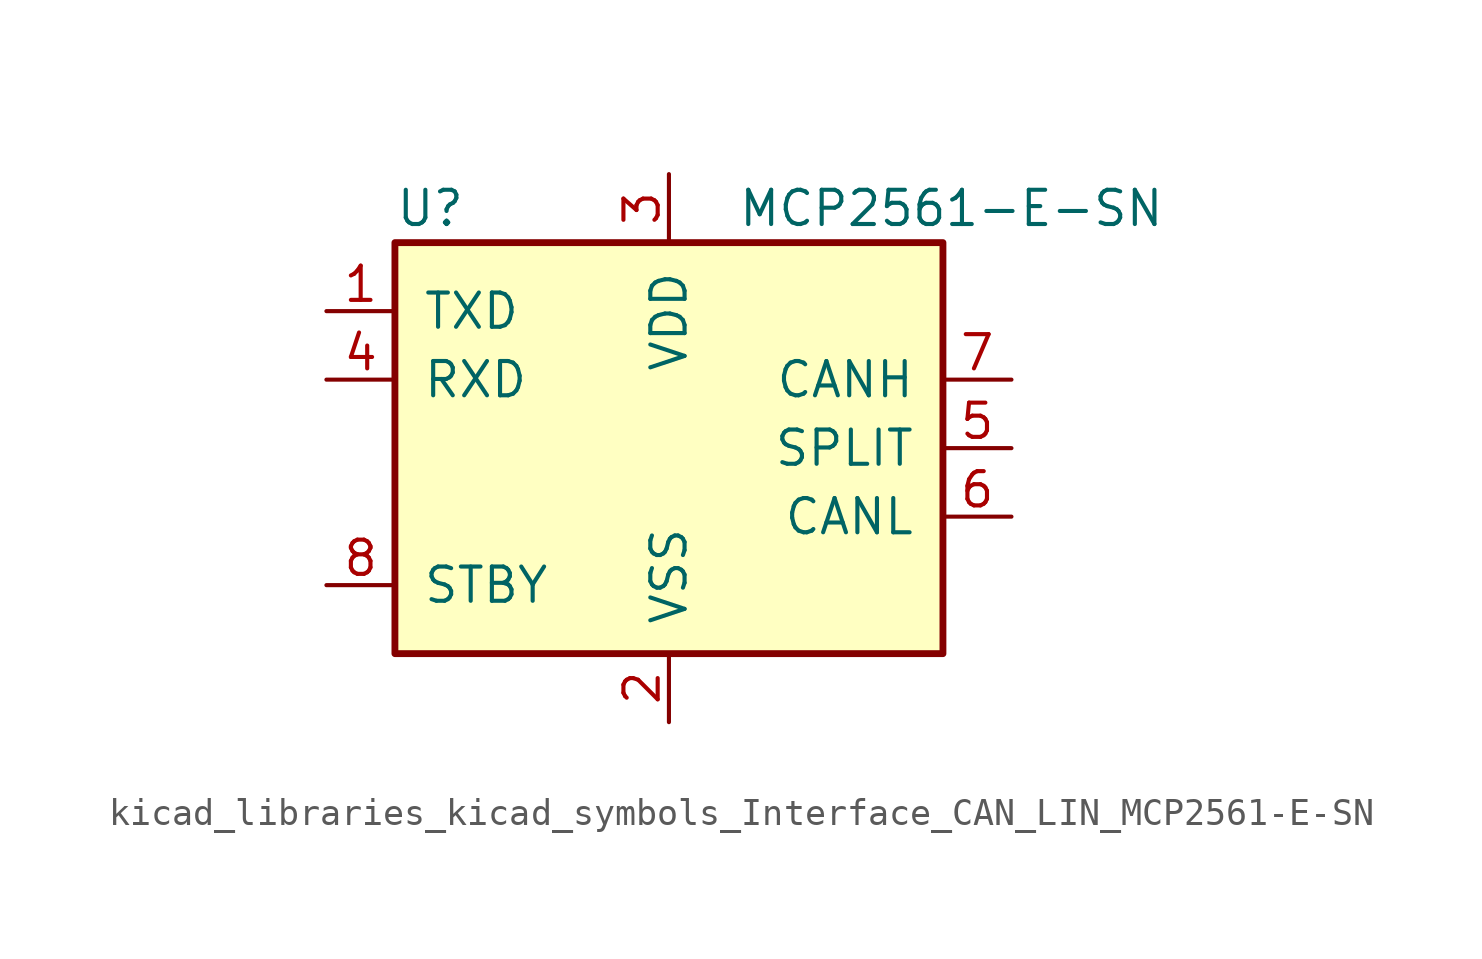
<source format=kicad_sym>
(kicad_symbol_lib
  (version 20220914)
  (generator kicad_symbol_editor)
  (symbol "kicad_libraries_kicad_symbols_Interface_CAN_LIN_MCP2561-E-SN"
    (pin_names
      (offset 1.016))
    (property "Reference" "U"
      (at -10.16 8.89 0)
      (effects (font (size 1.27 1.27)) (justify left)))
    (property "Value" "MCP2561-E-SN"
      (at 2.54 8.89 0)
      (effects (font (size 1.27 1.27)) (justify left)))
    (symbol "kicad_libraries_kicad_symbols_Interface_CAN_LIN_MCP2561-E-SN_0_1"
      (rectangle (start -10.16 7.62) (end 10.16 -7.62) (stroke (width 0.254) (type default)) (fill (type background))))
    (symbol "kicad_libraries_kicad_symbols_Interface_CAN_LIN_MCP2561-E-SN_1_1"
      (pin input line (at -12.7 5.08 0) (length 2.54) (name "TXD" (effects (font (size 1.27 1.27)))) (number "1" (effects (font (size 1.27 1.27)))))
      (pin power_in line (at 0 -10.16 90) (length 2.54) (name "VSS" (effects (font (size 1.27 1.27)))) (number "2" (effects (font (size 1.27 1.27)))))
      (pin power_in line (at 0 10.16 270) (length 2.54) (name "VDD" (effects (font (size 1.27 1.27)))) (number "3" (effects (font (size 1.27 1.27)))))
      (pin output line (at -12.7 2.54 0) (length 2.54) (name "RXD" (effects (font (size 1.27 1.27)))) (number "4" (effects (font (size 1.27 1.27)))))
      (pin passive line (at 12.7 0 180) (length 2.54) (name "SPLIT" (effects (font (size 1.27 1.27)))) (number "5" (effects (font (size 1.27 1.27)))))
      (pin bidirectional line (at 12.7 -2.54 180) (length 2.54) (name "CANL" (effects (font (size 1.27 1.27)))) (number "6" (effects (font (size 1.27 1.27)))))
      (pin bidirectional line (at 12.7 2.54 180) (length 2.54) (name "CANH" (effects (font (size 1.27 1.27)))) (number "7" (effects (font (size 1.27 1.27)))))
      (pin input line (at -12.7 -5.08 0) (length 2.54) (name "STBY" (effects (font (size 1.27 1.27)))) (number "8" (effects (font (size 1.27 1.27))))))))
</source>
